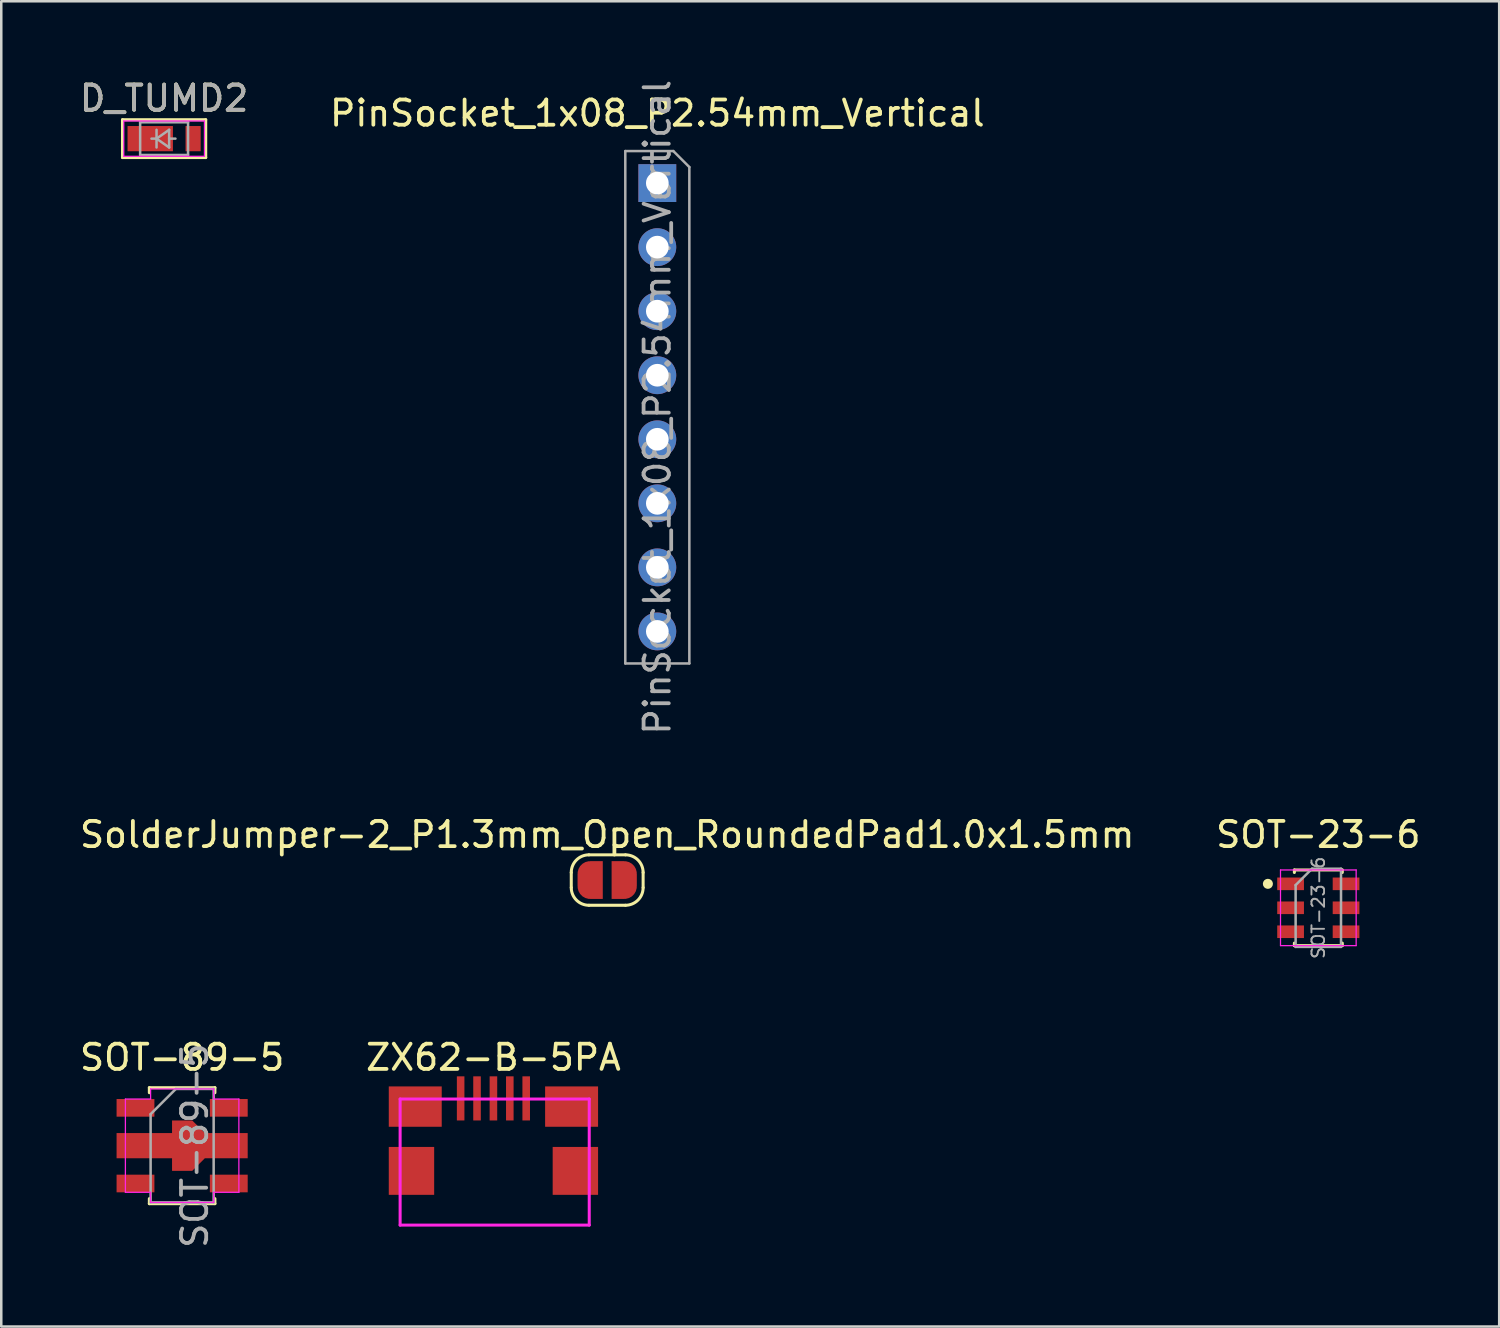
<source format=kicad_pcb>
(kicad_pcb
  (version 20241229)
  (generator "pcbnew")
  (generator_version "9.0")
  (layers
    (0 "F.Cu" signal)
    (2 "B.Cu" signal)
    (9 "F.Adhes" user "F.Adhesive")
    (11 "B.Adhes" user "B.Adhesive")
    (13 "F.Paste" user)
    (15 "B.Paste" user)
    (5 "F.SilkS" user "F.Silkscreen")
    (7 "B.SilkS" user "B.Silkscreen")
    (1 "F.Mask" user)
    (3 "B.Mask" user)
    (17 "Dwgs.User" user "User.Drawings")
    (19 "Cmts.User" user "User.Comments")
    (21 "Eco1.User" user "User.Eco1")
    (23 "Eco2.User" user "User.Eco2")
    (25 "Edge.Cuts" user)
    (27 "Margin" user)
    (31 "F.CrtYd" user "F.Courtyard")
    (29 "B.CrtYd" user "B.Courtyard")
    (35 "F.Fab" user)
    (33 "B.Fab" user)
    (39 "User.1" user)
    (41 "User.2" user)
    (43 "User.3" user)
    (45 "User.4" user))
  (footprint "D_TUMD2"
    (layer "F.Cu")
    (at 3.458 2.448)
    (property "Reference" "D_TUMD2" (at 0 -1.6 0) (layer "F.SilkS") (effects (font (size 1 1) (thickness 0.15))))
    (attr smd)
    (fp_line (start -1.65 -0.75) (end 1.65 -0.75) (stroke (width 0.12) (type solid)) (layer "F.SilkS"))
    (fp_line (start -1.65 0.75) (end -1.65 -0.75) (stroke (width 0.12) (type solid)) (layer "F.SilkS"))
    (fp_line (start 1.65 0.75) (end -1.65 0.75) (stroke (width 0.12) (type solid)) (layer "F.SilkS"))
    (fp_line (start 1.65 0.75) (end 1.65 -0.75) (stroke (width 0.12) (type solid)) (layer "F.SilkS"))
    (fp_line (start -1.6 -0.7) (end 1.6 -0.7) (stroke (width 0.05) (type solid)) (layer "F.CrtYd"))
    (fp_line (start -1.6 0.7) (end -1.6 -0.7) (stroke (width 0.05) (type solid)) (layer "F.CrtYd"))
    (fp_line (start 1.6 -0.7) (end 1.6 0.7) (stroke (width 0.05) (type solid)) (layer "F.CrtYd"))
    (fp_line (start 1.6 0.7) (end -1.6 0.7) (stroke (width 0.05) (type solid)) (layer "F.CrtYd"))
    (fp_line (start -0.95 -0.65) (end 0.95 -0.65) (stroke (width 0.1) (type solid)) (layer "F.Fab"))
    (fp_line (start -0.95 0.65) (end -0.95 -0.65) (stroke (width 0.1) (type solid)) (layer "F.Fab"))
    (fp_line (start -0.3 -0.35) (end -0.3 0.35) (stroke (width 0.1) (type solid)) (layer "F.Fab"))
    (fp_line (start -0.3 0) (end -0.5 0) (stroke (width 0.1) (type solid)) (layer "F.Fab"))
    (fp_line (start -0.3 0) (end 0.2 -0.35) (stroke (width 0.1) (type solid)) (layer "F.Fab"))
    (fp_line (start 0.2 -0.35) (end 0.2 0.35) (stroke (width 0.1) (type solid)) (layer "F.Fab"))
    (fp_line (start 0.2 0) (end 0.45 0) (stroke (width 0.1) (type solid)) (layer "F.Fab"))
    (fp_line (start 0.2 0.35) (end -0.3 0) (stroke (width 0.1) (type solid)) (layer "F.Fab"))
    (fp_line (start 0.95 -0.65) (end 0.95 0.65) (stroke (width 0.1) (type solid)) (layer "F.Fab"))
    (fp_line (start 0.95 0.65) (end -0.95 0.65) (stroke (width 0.1) (type solid)) (layer "F.Fab"))
    (fp_text user "${REFERENCE}" (at 0 -1.6 0) (layer "F.Fab") (effects (font (size 1 1) (thickness 0.15))))
    (pad "1" smd rect (at -0.55 0 180) (size 1.8 1) (layers "F.Cu" "F.Mask" "F.Paste"))
    (pad "2" smd rect (at 1.15 0 180) (size 0.6 1) (layers "F.Cu" "F.Mask" "F.Paste")))
  (footprint "PinSocket_1x08_P2.54mm_Vertical"
    (layer "F.Cu")
    (at 23.018 4.211)
    (property "Reference" "PinSocket_1x08_P2.54mm_Vertical" (at 0 -2.77 0) (layer "F.SilkS") (effects (font (size 1 1) (thickness 0.15))))
    (attr through_hole)
    (fp_line (start -1.27 -1.27) (end 0.635 -1.27) (stroke (width 0.1) (type solid)) (layer "F.Fab"))
    (fp_line (start -1.27 19.05) (end -1.27 -1.27) (stroke (width 0.1) (type solid)) (layer "F.Fab"))
    (fp_line (start 0.635 -1.27) (end 1.27 -0.635) (stroke (width 0.1) (type solid)) (layer "F.Fab"))
    (fp_line (start 1.27 -0.635) (end 1.27 19.05) (stroke (width 0.1) (type solid)) (layer "F.Fab"))
    (fp_line (start 1.27 19.05) (end -1.27 19.05) (stroke (width 0.1) (type solid)) (layer "F.Fab"))
    (fp_text user "${REFERENCE}" (at 0 8.89 90) (layer "F.Fab") (effects (font (size 1 1) (thickness 0.15))))
    (pad "1" thru_hole rect (at 0 0) (size 1.5 1.5) (drill 0.9) (layers "*.Cu" "*.Mask"))
    (pad "2" thru_hole oval (at 0 2.54) (size 1.5 1.5) (drill 0.9) (layers "*.Cu" "*.Mask"))
    (pad "3" thru_hole oval (at 0 5.08) (size 1.5 1.5) (drill 0.9) (layers "*.Cu" "*.Mask"))
    (pad "4" thru_hole oval (at 0 7.62) (size 1.5 1.5) (drill 0.9) (layers "*.Cu" "*.Mask"))
    (pad "5" thru_hole oval (at 0 10.16) (size 1.5 1.5) (drill 0.9) (layers "*.Cu" "*.Mask"))
    (pad "6" thru_hole oval (at 0 12.7) (size 1.5 1.5) (drill 0.9) (layers "*.Cu" "*.Mask"))
    (pad "7" thru_hole oval (at 0 15.24) (size 1.5 1.5) (drill 0.9) (layers "*.Cu" "*.Mask"))
    (pad "8" thru_hole oval (at 0 17.78) (size 1.5 1.5) (drill 0.9) (layers "*.Cu" "*.Mask")))
  (footprint "ZX62-B-5PA"
    (layer "F.Cu")
    (at 16.518 43.385)
    (property "Reference" "ZX62-B-5PA" (at 0 -4.5 0) (layer "F.SilkS") (effects (font (size 1 1) (thickness 0.15))))
    (attr through_hole)
    (fp_line (start -3.7 -2.85) (end 3.8 -2.85) (stroke (width 0.12) (type solid)) (layer "F.CrtYd"))
    (fp_line (start -3.7 2.15) (end -3.7 -2.85) (stroke (width 0.12) (type solid)) (layer "F.CrtYd"))
    (fp_line (start 3.8 -2.85) (end 3.8 2.15) (stroke (width 0.12) (type solid)) (layer "F.CrtYd"))
    (fp_line (start 3.8 2.15) (end -3.7 2.15) (stroke (width 0.12) (type solid)) (layer "F.CrtYd"))
    (pad "1" smd rect (at -1.3 -2.875) (size 0.3 1.75) (layers "F.Cu" "F.Mask" "F.Paste"))
    (pad "2" smd rect (at -0.65 -2.875) (size 0.3 1.75) (layers "F.Cu" "F.Mask" "F.Paste"))
    (pad "3" smd rect (at 0 -2.875) (size 0.3 1.75) (layers "F.Cu" "F.Mask" "F.Paste"))
    (pad "4" smd rect (at 0.65 -2.875) (size 0.3 1.75) (layers "F.Cu" "F.Mask" "F.Paste"))
    (pad "5" smd rect (at 1.3 -2.875) (size 0.3 1.75) (layers "F.Cu" "F.Mask" "F.Paste"))
    (pad "6" smd rect (at -3.25 0) (size 1.8 1.9) (layers "F.Cu" "F.Mask" "F.Paste"))
    (pad "6" smd rect (at -3.1 -2.55) (size 2.1 1.6) (layers "F.Cu" "F.Mask" "F.Paste"))
    (pad "6" smd rect (at 3.1 -2.55) (size 2.1 1.6) (layers "F.Cu" "F.Mask" "F.Paste"))
    (pad "6" smd rect (at 3.25 0) (size 1.8 1.9) (layers "F.Cu" "F.Mask" "F.Paste")))
  (footprint "SOT-23-6"
    (layer "F.Cu")
    (at 49.232 32.951)
    (property "Reference" "SOT-23-6" (at 0 -2.9 0) (layer "F.SilkS") (effects (font (size 1 1) (thickness 0.15))))
    (attr smd)
    (fp_line (start -0.95 -1.5) (end -0.95 -1.4) (stroke (width 0.12) (type solid)) (layer "F.SilkS"))
    (fp_line (start -0.95 1.4) (end -0.95 1.5) (stroke (width 0.12) (type solid)) (layer "F.SilkS"))
    (fp_line (start -0.95 1.5) (end 0.95 1.5) (stroke (width 0.12) (type solid)) (layer "F.SilkS"))
    (fp_line (start 0.95 -1.5) (end -0.95 -1.5) (stroke (width 0.12) (type solid)) (layer "F.SilkS"))
    (fp_line (start 0.95 -1.4) (end 0.95 -1.5) (stroke (width 0.12) (type solid)) (layer "F.SilkS"))
    (fp_line (start 0.95 1.5) (end 0.95 1.4) (stroke (width 0.12) (type solid)) (layer "F.SilkS"))
    (fp_circle (center -2 -0.95) (end -1.9 -0.95) (stroke (width 0.2) (type solid)) (fill no) (layer "F.SilkS"))
    (fp_line (start -1.5 -1.5) (end -1.5 1.5) (stroke (width 0.05) (type solid)) (layer "F.CrtYd"))
    (fp_line (start -1.5 1.5) (end 1.5 1.5) (stroke (width 0.05) (type solid)) (layer "F.CrtYd"))
    (fp_line (start 1.5 -1.5) (end -1.5 -1.5) (stroke (width 0.05) (type solid)) (layer "F.CrtYd"))
    (fp_line (start 1.5 1.5) (end 1.5 -1.5) (stroke (width 0.05) (type solid)) (layer "F.CrtYd"))
    (fp_line (start -0.9 -0.9) (end -0.9 1.55) (stroke (width 0.1) (type solid)) (layer "F.Fab"))
    (fp_line (start -0.9 -0.9) (end -0.25 -1.55) (stroke (width 0.1) (type solid)) (layer "F.Fab"))
    (fp_line (start 0.9 -1.55) (end -0.25 -1.55) (stroke (width 0.1) (type solid)) (layer "F.Fab"))
    (fp_line (start 0.9 -1.55) (end 0.9 1.55) (stroke (width 0.1) (type solid)) (layer "F.Fab"))
    (fp_line (start 0.9 1.55) (end -0.9 1.55) (stroke (width 0.1) (type solid)) (layer "F.Fab"))
    (fp_text user "${REFERENCE}" (at 0 0 90) (layer "F.Fab") (effects (font (size 0.5 0.5) (thickness 0.075))))
    (pad "1" smd rect (at -1.1 -0.95) (size 1.06 0.5) (layers "F.Cu" "F.Mask" "F.Paste"))
    (pad "2" smd rect (at -1.1 0) (size 1.06 0.5) (layers "F.Cu" "F.Mask" "F.Paste"))
    (pad "3" smd rect (at -1.1 0.95) (size 1.06 0.5) (layers "F.Cu" "F.Mask" "F.Paste"))
    (pad "4" smd rect (at 1.1 0.95) (size 1.06 0.5) (layers "F.Cu" "F.Mask" "F.Paste"))
    (pad "5" smd rect (at 1.1 0) (size 1.06 0.5) (layers "F.Cu" "F.Mask" "F.Paste"))
    (pad "6" smd rect (at 1.1 -0.95) (size 1.06 0.5) (layers "F.Cu" "F.Mask" "F.Paste")))
  (footprint "SolderJumper-2_P1.3mm_Open_RoundedPad1.0x1.5mm"
    (layer "F.Cu")
    (at 21.03 31.851)
    (property "Reference" "SolderJumper-2_P1.3mm_Open_RoundedPad1.0x1.5mm" (at 0 -1.8 0) (layer "F.SilkS") (effects (font (size 1 1) (thickness 0.15))))
    (attr exclude_from_pos_files exclude_from_bom)
    (fp_line (start -1.425 0.3) (end -1.425 -0.3) (stroke (width 0.12) (type solid)) (layer "F.SilkS"))
    (fp_line (start -0.725 -1) (end 0.725 -1) (stroke (width 0.12) (type solid)) (layer "F.SilkS"))
    (fp_line (start 0.725 1) (end -0.725 1) (stroke (width 0.12) (type solid)) (layer "F.SilkS"))
    (fp_line (start 1.425 -0.3) (end 1.425 0.3) (stroke (width 0.12) (type solid)) (layer "F.SilkS"))
    (fp_arc (start -1.425 -0.3) (mid -1.219975 -0.794975) (end -0.725 -1) (stroke (width 0.12) (type solid)) (layer "F.SilkS"))
    (fp_arc (start -0.725 1) (mid -1.219975 0.794975) (end -1.425 0.3) (stroke (width 0.12) (type solid)) (layer "F.SilkS"))
    (fp_arc (start 0.725 -1) (mid 1.219975 -0.794975) (end 1.425 -0.3) (stroke (width 0.12) (type solid)) (layer "F.SilkS"))
    (fp_arc (start 1.425 0.3) (mid 1.219975 0.794975) (end 0.725 1) (stroke (width 0.12) (type solid)) (layer "F.SilkS"))
    (pad "1" smd custom (at -0.675 0) (size 1 0.5) (layers "F.Cu" "F.Mask") (options (anchor rect)) (primitives (gr_circle (center 0 0.25) (end 0.5 0.25) (width 0) (fill yes)) (gr_circle (center 0 -0.25) (end 0.5 -0.25) (width 0) (fill yes)) (gr_poly (pts (xy 0 -0.75) (xy 0.5 -0.75) (xy 0.5 0.75) (xy 0 0.75)) (width 0) (fill yes))))
    (pad "2" smd custom (at 0.675 0) (size 1 0.5) (layers "F.Cu" "F.Mask") (options (anchor rect)) (primitives (gr_circle (center 0 0.25) (end 0.5 0.25) (width 0) (fill yes)) (gr_circle (center 0 -0.25) (end 0.5 -0.25) (width 0) (fill yes)) (gr_poly (pts (xy 0 -0.75) (xy -0.5 -0.75) (xy -0.5 0.75) (xy 0 0.75)) (width 0) (fill yes)))))
  (footprint "SOT-89-5"
    (layer "F.Cu")
    (at 4.173 42.385)
    (property "Reference" "SOT-89-5" (at 0 -3.5 0) (layer "F.SilkS") (effects (font (size 1 1) (thickness 0.15))))
    (attr smd)
    (fp_line (start -1.3 -2.3) (end 1.3 -2.3) (stroke (width 0.12) (type solid)) (layer "F.SilkS"))
    (fp_line (start -1.3 -2.1) (end -1.3 -2.3) (stroke (width 0.12) (type solid)) (layer "F.SilkS"))
    (fp_line (start -1.3 2.1) (end -1.3 2.3) (stroke (width 0.12) (type solid)) (layer "F.SilkS"))
    (fp_line (start -1.3 2.3) (end 1.3 2.3) (stroke (width 0.12) (type solid)) (layer "F.SilkS"))
    (fp_line (start 1.3 -2.3) (end 1.3 -2.1) (stroke (width 0.12) (type solid)) (layer "F.SilkS"))
    (fp_line (start 1.3 2.3) (end 1.3 2.1) (stroke (width 0.12) (type solid)) (layer "F.SilkS"))
    (fp_line (start -2.25 1.85) (end -2.25 -1.85) (stroke (width 0.05) (type solid)) (layer "F.CrtYd"))
    (fp_line (start -1.25 -1.85) (end -2.25 -1.85) (stroke (width 0.05) (type solid)) (layer "F.CrtYd"))
    (fp_line (start -1.25 -1.85) (end -1.25 -2.25) (stroke (width 0.05) (type solid)) (layer "F.CrtYd"))
    (fp_line (start -1.25 1.85) (end -2.25 1.85) (stroke (width 0.05) (type solid)) (layer "F.CrtYd"))
    (fp_line (start -1.25 2.25) (end -1.25 1.85) (stroke (width 0.05) (type solid)) (layer "F.CrtYd"))
    (fp_line (start -1.25 2.25) (end 1.25 2.25) (stroke (width 0.05) (type solid)) (layer "F.CrtYd"))
    (fp_line (start 1.25 -2.25) (end -1.25 -2.25) (stroke (width 0.05) (type solid)) (layer "F.CrtYd"))
    (fp_line (start 1.25 -1.85) (end 1.25 -2.25) (stroke (width 0.05) (type solid)) (layer "F.CrtYd"))
    (fp_line (start 1.25 2.25) (end 1.25 1.85) (stroke (width 0.05) (type solid)) (layer "F.CrtYd"))
    (fp_line (start 2.25 -1.85) (end 1.25 -1.85) (stroke (width 0.05) (type solid)) (layer "F.CrtYd"))
    (fp_line (start 2.25 -1.85) (end 2.25 1.85) (stroke (width 0.05) (type solid)) (layer "F.CrtYd"))
    (fp_line (start 2.25 1.85) (end 1.25 1.85) (stroke (width 0.05) (type solid)) (layer "F.CrtYd"))
    (fp_line (start -1.25 -1.25) (end -0.25 -2.25) (stroke (width 0.1) (type solid)) (layer "F.Fab"))
    (fp_line (start -1.25 2.25) (end -1.25 -1.25) (stroke (width 0.1) (type solid)) (layer "F.Fab"))
    (fp_line (start -0.25 -2.25) (end 1.25 -2.25) (stroke (width 0.1) (type solid)) (layer "F.Fab"))
    (fp_line (start 1.25 -2.25) (end 1.25 2.25) (stroke (width 0.1) (type solid)) (layer "F.Fab"))
    (fp_line (start 1.25 2.25) (end -1.25 2.25) (stroke (width 0.1) (type solid)) (layer "F.Fab"))
    (fp_text user "${REFERENCE}" (at 0.5 0 90) (layer "F.Fab") (effects (font (size 1 1) (thickness 0.15))))
    (pad "1" smd rect (at -1.85 -1.5) (size 1.5 0.7) (layers "F.Cu" "F.Mask" "F.Paste"))
    (pad "2" smd custom (at 0 0) (size 0.8 2) (layers "F.Cu" "F.Mask" "F.Paste") (options (anchor rect)) (primitives (gr_poly (pts (xy -2.6 -0.5) (xy -0.4 -0.5) (xy -0.4 -1) (xy 0.4 -1) (xy 0.9 -0.5) (xy 2.6 -0.5) (xy 2.6 0.5) (xy 0.9 0.5) (xy 0.4 1) (xy -0.4 1) (xy -0.4 0.5) (xy -2.6 0.5)) (width 0) (fill yes))))
    (pad "3" smd rect (at -1.85 1.5) (size 1.5 0.7) (layers "F.Cu" "F.Mask" "F.Paste"))
    (pad "4" smd rect (at 1.85 1.5) (size 1.5 0.7) (layers "F.Cu" "F.Mask" "F.Paste"))
    (pad "5" smd rect (at 1.85 -1.5) (size 1.5 0.7) (layers "F.Cu" "F.Mask" "F.Paste")))
  (gr_rect
    (start -3 -3)
    (end 56.405 49.558)
    (stroke (width 0.1) (type default))
    (fill no)
    (layer "Edge.Cuts")))
</source>
